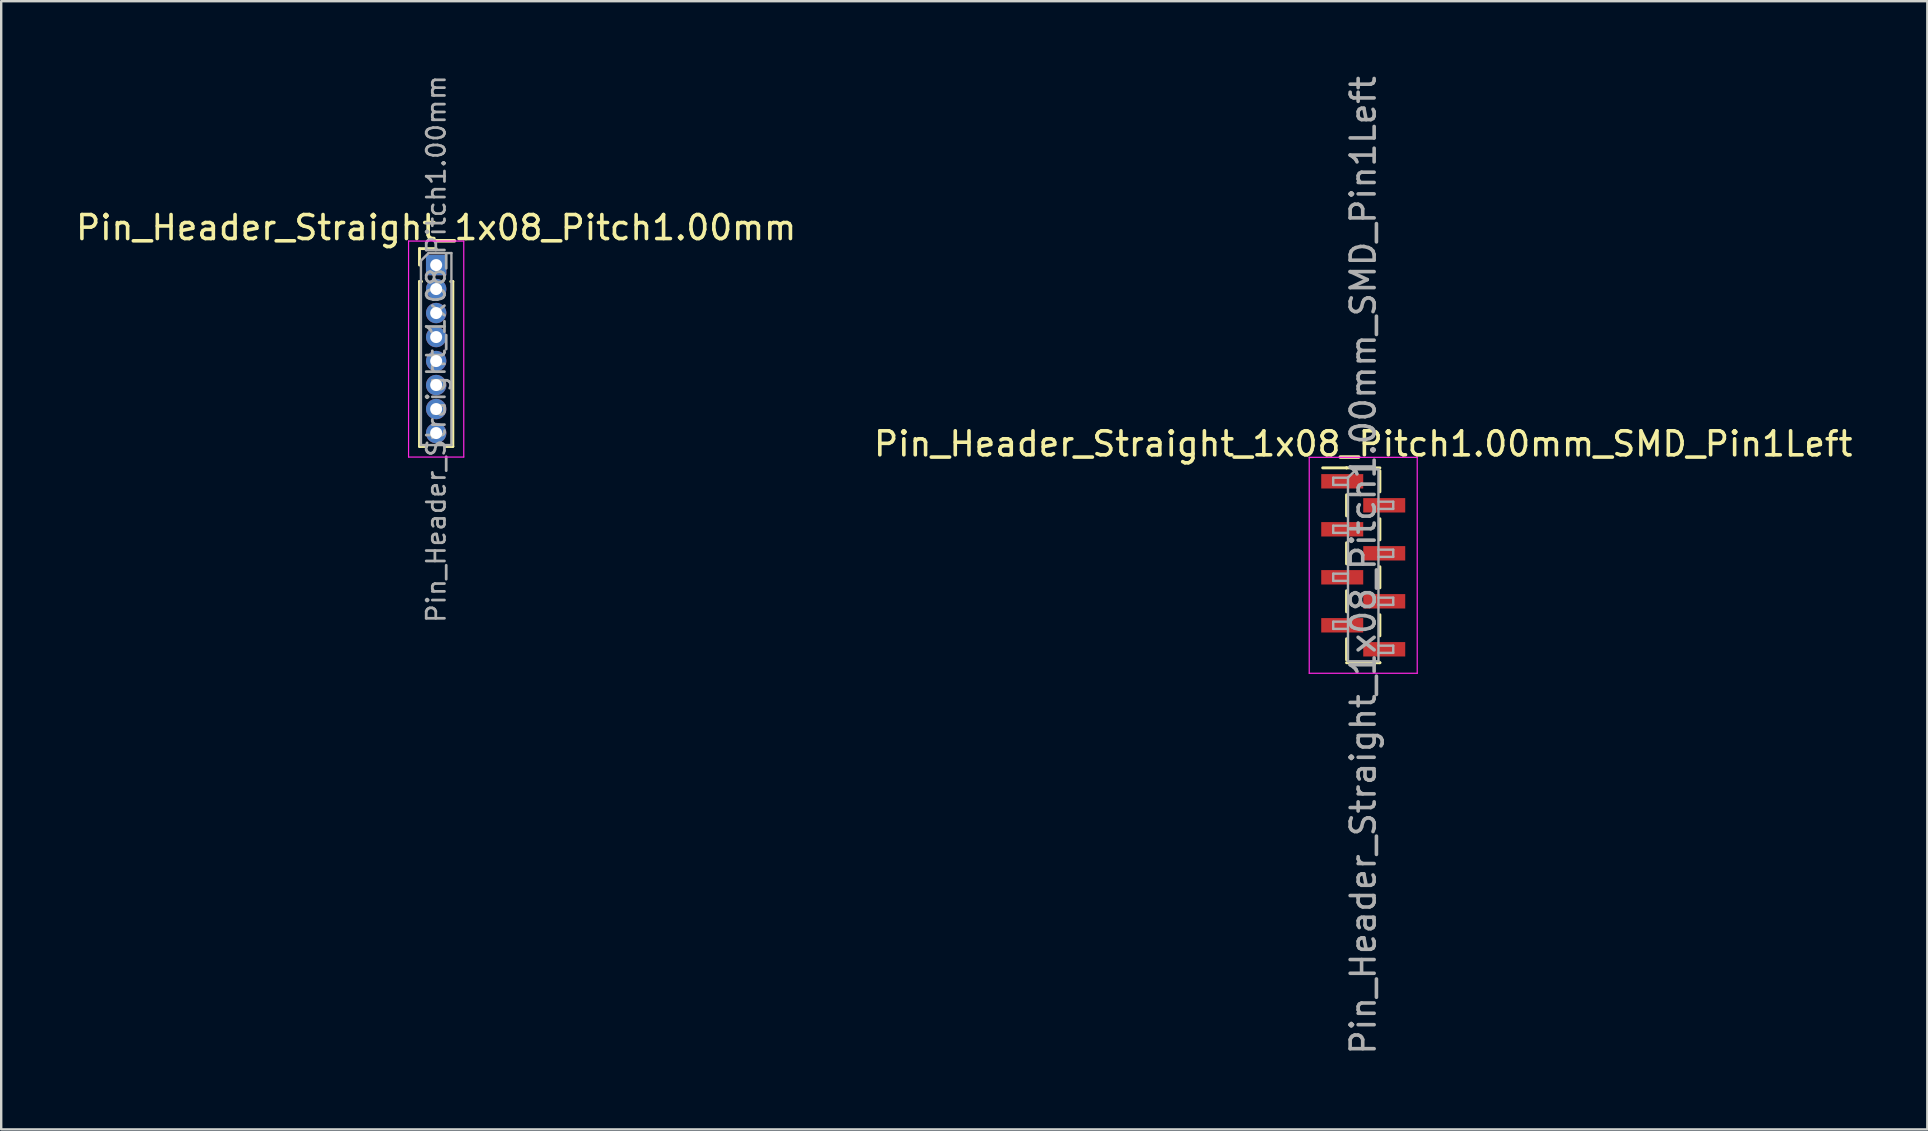
<source format=kicad_pcb>
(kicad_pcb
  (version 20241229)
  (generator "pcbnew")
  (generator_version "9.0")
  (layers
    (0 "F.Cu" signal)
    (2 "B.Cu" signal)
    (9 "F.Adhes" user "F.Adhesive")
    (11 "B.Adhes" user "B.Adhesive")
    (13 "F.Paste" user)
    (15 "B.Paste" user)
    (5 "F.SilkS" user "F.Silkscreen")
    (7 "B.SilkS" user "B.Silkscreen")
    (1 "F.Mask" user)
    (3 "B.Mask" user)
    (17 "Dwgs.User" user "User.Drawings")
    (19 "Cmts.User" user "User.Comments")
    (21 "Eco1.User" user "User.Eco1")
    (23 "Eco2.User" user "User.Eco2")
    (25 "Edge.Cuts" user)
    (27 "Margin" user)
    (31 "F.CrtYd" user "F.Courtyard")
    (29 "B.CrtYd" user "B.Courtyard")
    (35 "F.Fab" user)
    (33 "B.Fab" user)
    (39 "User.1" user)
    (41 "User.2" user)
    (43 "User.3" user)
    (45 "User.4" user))
  (footprint "Pin_Header_Straight_1x08_Pitch1.00mm"
    (layer "F.Cu")
    (at 15.125 7.995)
    (property "Reference" "Pin_Header_Straight_1x08_Pitch1.00mm" (at 0 -1.56 0) (layer "F.SilkS") (effects (font (size 1 1) (thickness 0.15))))
    (attr through_hole)
    (fp_line (start -0.695 -0.685) (end 0 -0.685) (stroke (width 0.12) (type solid)) (layer "F.SilkS"))
    (fp_line (start -0.695 0) (end -0.695 -0.685) (stroke (width 0.12) (type solid)) (layer "F.SilkS"))
    (fp_line (start -0.695 0.685) (end -0.695 7.56) (stroke (width 0.12) (type solid)) (layer "F.SilkS"))
    (fp_line (start -0.695 0.685) (end -0.608 0.685) (stroke (width 0.12) (type solid)) (layer "F.SilkS"))
    (fp_line (start -0.695 7.56) (end -0.394 7.56) (stroke (width 0.12) (type solid)) (layer "F.SilkS"))
    (fp_line (start 0.394 7.56) (end 0.695 7.56) (stroke (width 0.12) (type solid)) (layer "F.SilkS"))
    (fp_line (start 0.608 0.685) (end 0.695 0.685) (stroke (width 0.12) (type solid)) (layer "F.SilkS"))
    (fp_line (start 0.695 0.685) (end 0.695 7.56) (stroke (width 0.12) (type solid)) (layer "F.SilkS"))
    (fp_line (start -1.15 -1) (end -1.15 8) (stroke (width 0.05) (type solid)) (layer "F.CrtYd"))
    (fp_line (start -1.15 8) (end 1.15 8) (stroke (width 0.05) (type solid)) (layer "F.CrtYd"))
    (fp_line (start 1.15 -1) (end -1.15 -1) (stroke (width 0.05) (type solid)) (layer "F.CrtYd"))
    (fp_line (start 1.15 8) (end 1.15 -1) (stroke (width 0.05) (type solid)) (layer "F.CrtYd"))
    (fp_line (start -0.635 -0.182) (end -0.318 -0.5) (stroke (width 0.1) (type solid)) (layer "F.Fab"))
    (fp_line (start -0.635 7.5) (end -0.635 -0.182) (stroke (width 0.1) (type solid)) (layer "F.Fab"))
    (fp_line (start -0.318 -0.5) (end 0.635 -0.5) (stroke (width 0.1) (type solid)) (layer "F.Fab"))
    (fp_line (start 0.635 -0.5) (end 0.635 7.5) (stroke (width 0.1) (type solid)) (layer "F.Fab"))
    (fp_line (start 0.635 7.5) (end -0.635 7.5) (stroke (width 0.1) (type solid)) (layer "F.Fab"))
    (fp_text user "${REFERENCE}" (at 0 3.5 90) (layer "F.Fab") (effects (font (size 0.76 0.76) (thickness 0.114))))
    (pad "1" thru_hole rect (at 0 0) (size 0.85 0.85) (drill 0.5) (layers "*.Cu" "*.Mask"))
    (pad "2" thru_hole oval (at 0 1) (size 0.85 0.85) (drill 0.5) (layers "*.Cu" "*.Mask"))
    (pad "3" thru_hole oval (at 0 2) (size 0.85 0.85) (drill 0.5) (layers "*.Cu" "*.Mask"))
    (pad "4" thru_hole oval (at 0 3) (size 0.85 0.85) (drill 0.5) (layers "*.Cu" "*.Mask"))
    (pad "5" thru_hole oval (at 0 4) (size 0.85 0.85) (drill 0.5) (layers "*.Cu" "*.Mask"))
    (pad "6" thru_hole oval (at 0 5) (size 0.85 0.85) (drill 0.5) (layers "*.Cu" "*.Mask"))
    (pad "7" thru_hole oval (at 0 6) (size 0.85 0.85) (drill 0.5) (layers "*.Cu" "*.Mask"))
    (pad "8" thru_hole oval (at 0 7) (size 0.85 0.85) (drill 0.5) (layers "*.Cu" "*.Mask")))
  (footprint "Pin_Header_Straight_1x08_Pitch1.00mm_SMD_Pin1Left"
    (layer "F.Cu")
    (at 53.756 20.506)
    (property "Reference" "Pin_Header_Straight_1x08_Pitch1.00mm_SMD_Pin1Left" (at 0 -5.06 0) (layer "F.SilkS") (effects (font (size 1 1) (thickness 0.15))))
    (attr smd)
    (fp_line (start -0.695 -4.06) (end -1.69 -4.06) (stroke (width 0.12) (type solid)) (layer "F.SilkS"))
    (fp_line (start -0.695 -4.06) (end -0.695 -4.06) (stroke (width 0.12) (type solid)) (layer "F.SilkS"))
    (fp_line (start -0.695 -4.06) (end 0.695 -4.06) (stroke (width 0.12) (type solid)) (layer "F.SilkS"))
    (fp_line (start -0.695 -2.94) (end -0.695 -2.06) (stroke (width 0.12) (type solid)) (layer "F.SilkS"))
    (fp_line (start -0.695 -0.94) (end -0.695 -0.06) (stroke (width 0.12) (type solid)) (layer "F.SilkS"))
    (fp_line (start -0.695 1.06) (end -0.695 1.94) (stroke (width 0.12) (type solid)) (layer "F.SilkS"))
    (fp_line (start -0.695 3.06) (end -0.695 3.94) (stroke (width 0.12) (type solid)) (layer "F.SilkS"))
    (fp_line (start -0.695 4.06) (end 0.695 4.06) (stroke (width 0.12) (type solid)) (layer "F.SilkS"))
    (fp_line (start 0.695 -3.94) (end 0.695 -3.06) (stroke (width 0.12) (type solid)) (layer "F.SilkS"))
    (fp_line (start 0.695 -1.94) (end 0.695 -1.06) (stroke (width 0.12) (type solid)) (layer "F.SilkS"))
    (fp_line (start 0.695 0.06) (end 0.695 0.94) (stroke (width 0.12) (type solid)) (layer "F.SilkS"))
    (fp_line (start 0.695 2.06) (end 0.695 2.94) (stroke (width 0.12) (type solid)) (layer "F.SilkS"))
    (fp_line (start 0.695 4.06) (end 0.695 4.06) (stroke (width 0.12) (type solid)) (layer "F.SilkS"))
    (fp_line (start -2.25 -4.5) (end -2.25 4.5) (stroke (width 0.05) (type solid)) (layer "F.CrtYd"))
    (fp_line (start -2.25 4.5) (end 2.25 4.5) (stroke (width 0.05) (type solid)) (layer "F.CrtYd"))
    (fp_line (start 2.25 -4.5) (end -2.25 -4.5) (stroke (width 0.05) (type solid)) (layer "F.CrtYd"))
    (fp_line (start 2.25 4.5) (end 2.25 -4.5) (stroke (width 0.05) (type solid)) (layer "F.CrtYd"))
    (fp_line (start -1.25 -3.65) (end -1.25 -3.35) (stroke (width 0.1) (type solid)) (layer "F.Fab"))
    (fp_line (start -1.25 -3.35) (end -0.635 -3.35) (stroke (width 0.1) (type solid)) (layer "F.Fab"))
    (fp_line (start -1.25 -1.65) (end -1.25 -1.35) (stroke (width 0.1) (type solid)) (layer "F.Fab"))
    (fp_line (start -1.25 -1.35) (end -0.635 -1.35) (stroke (width 0.1) (type solid)) (layer "F.Fab"))
    (fp_line (start -1.25 0.35) (end -1.25 0.65) (stroke (width 0.1) (type solid)) (layer "F.Fab"))
    (fp_line (start -1.25 0.65) (end -0.635 0.65) (stroke (width 0.1) (type solid)) (layer "F.Fab"))
    (fp_line (start -1.25 2.35) (end -1.25 2.65) (stroke (width 0.1) (type solid)) (layer "F.Fab"))
    (fp_line (start -1.25 2.65) (end -0.635 2.65) (stroke (width 0.1) (type solid)) (layer "F.Fab"))
    (fp_line (start -0.635 -3.65) (end -1.25 -3.65) (stroke (width 0.1) (type solid)) (layer "F.Fab"))
    (fp_line (start -0.635 -3.65) (end -0.285 -4) (stroke (width 0.1) (type solid)) (layer "F.Fab"))
    (fp_line (start -0.635 -1.65) (end -1.25 -1.65) (stroke (width 0.1) (type solid)) (layer "F.Fab"))
    (fp_line (start -0.635 0.35) (end -1.25 0.35) (stroke (width 0.1) (type solid)) (layer "F.Fab"))
    (fp_line (start -0.635 2.35) (end -1.25 2.35) (stroke (width 0.1) (type solid)) (layer "F.Fab"))
    (fp_line (start -0.635 4) (end -0.635 -3.65) (stroke (width 0.1) (type solid)) (layer "F.Fab"))
    (fp_line (start -0.285 -4) (end 0.635 -4) (stroke (width 0.1) (type solid)) (layer "F.Fab"))
    (fp_line (start 0.635 -4) (end 0.635 4) (stroke (width 0.1) (type solid)) (layer "F.Fab"))
    (fp_line (start 0.635 -2.65) (end 1.25 -2.65) (stroke (width 0.1) (type solid)) (layer "F.Fab"))
    (fp_line (start 0.635 -0.65) (end 1.25 -0.65) (stroke (width 0.1) (type solid)) (layer "F.Fab"))
    (fp_line (start 0.635 1.35) (end 1.25 1.35) (stroke (width 0.1) (type solid)) (layer "F.Fab"))
    (fp_line (start 0.635 3.35) (end 1.25 3.35) (stroke (width 0.1) (type solid)) (layer "F.Fab"))
    (fp_line (start 0.635 4) (end -0.635 4) (stroke (width 0.1) (type solid)) (layer "F.Fab"))
    (fp_line (start 1.25 -2.65) (end 1.25 -2.35) (stroke (width 0.1) (type solid)) (layer "F.Fab"))
    (fp_line (start 1.25 -2.35) (end 0.635 -2.35) (stroke (width 0.1) (type solid)) (layer "F.Fab"))
    (fp_line (start 1.25 -0.65) (end 1.25 -0.35) (stroke (width 0.1) (type solid)) (layer "F.Fab"))
    (fp_line (start 1.25 -0.35) (end 0.635 -0.35) (stroke (width 0.1) (type solid)) (layer "F.Fab"))
    (fp_line (start 1.25 1.35) (end 1.25 1.65) (stroke (width 0.1) (type solid)) (layer "F.Fab"))
    (fp_line (start 1.25 1.65) (end 0.635 1.65) (stroke (width 0.1) (type solid)) (layer "F.Fab"))
    (fp_line (start 1.25 3.35) (end 1.25 3.65) (stroke (width 0.1) (type solid)) (layer "F.Fab"))
    (fp_line (start 1.25 3.65) (end 0.635 3.65) (stroke (width 0.1) (type solid)) (layer "F.Fab"))
    (fp_text user "${REFERENCE}" (at 0 0 90) (layer "F.Fab") (effects (font (size 1 1) (thickness 0.15))))
    (pad "1" smd rect (at -0.875 -3.5) (size 1.75 0.6) (layers "F.Cu" "F.Mask" "F.Paste"))
    (pad "2" smd rect (at 0.875 -2.5) (size 1.75 0.6) (layers "F.Cu" "F.Mask" "F.Paste"))
    (pad "3" smd rect (at -0.875 -1.5) (size 1.75 0.6) (layers "F.Cu" "F.Mask" "F.Paste"))
    (pad "4" smd rect (at 0.875 -0.5) (size 1.75 0.6) (layers "F.Cu" "F.Mask" "F.Paste"))
    (pad "5" smd rect (at -0.875 0.5) (size 1.75 0.6) (layers "F.Cu" "F.Mask" "F.Paste"))
    (pad "6" smd rect (at 0.875 1.5) (size 1.75 0.6) (layers "F.Cu" "F.Mask" "F.Paste"))
    (pad "7" smd rect (at -0.875 2.5) (size 1.75 0.6) (layers "F.Cu" "F.Mask" "F.Paste"))
    (pad "8" smd rect (at 0.875 3.5) (size 1.75 0.6) (layers "F.Cu" "F.Mask" "F.Paste")))
  (gr_rect
    (start -3 -3)
    (end 77.262 44.012)
    (stroke (width 0.1) (type default))
    (fill no)
    (layer "Edge.Cuts")))
</source>
